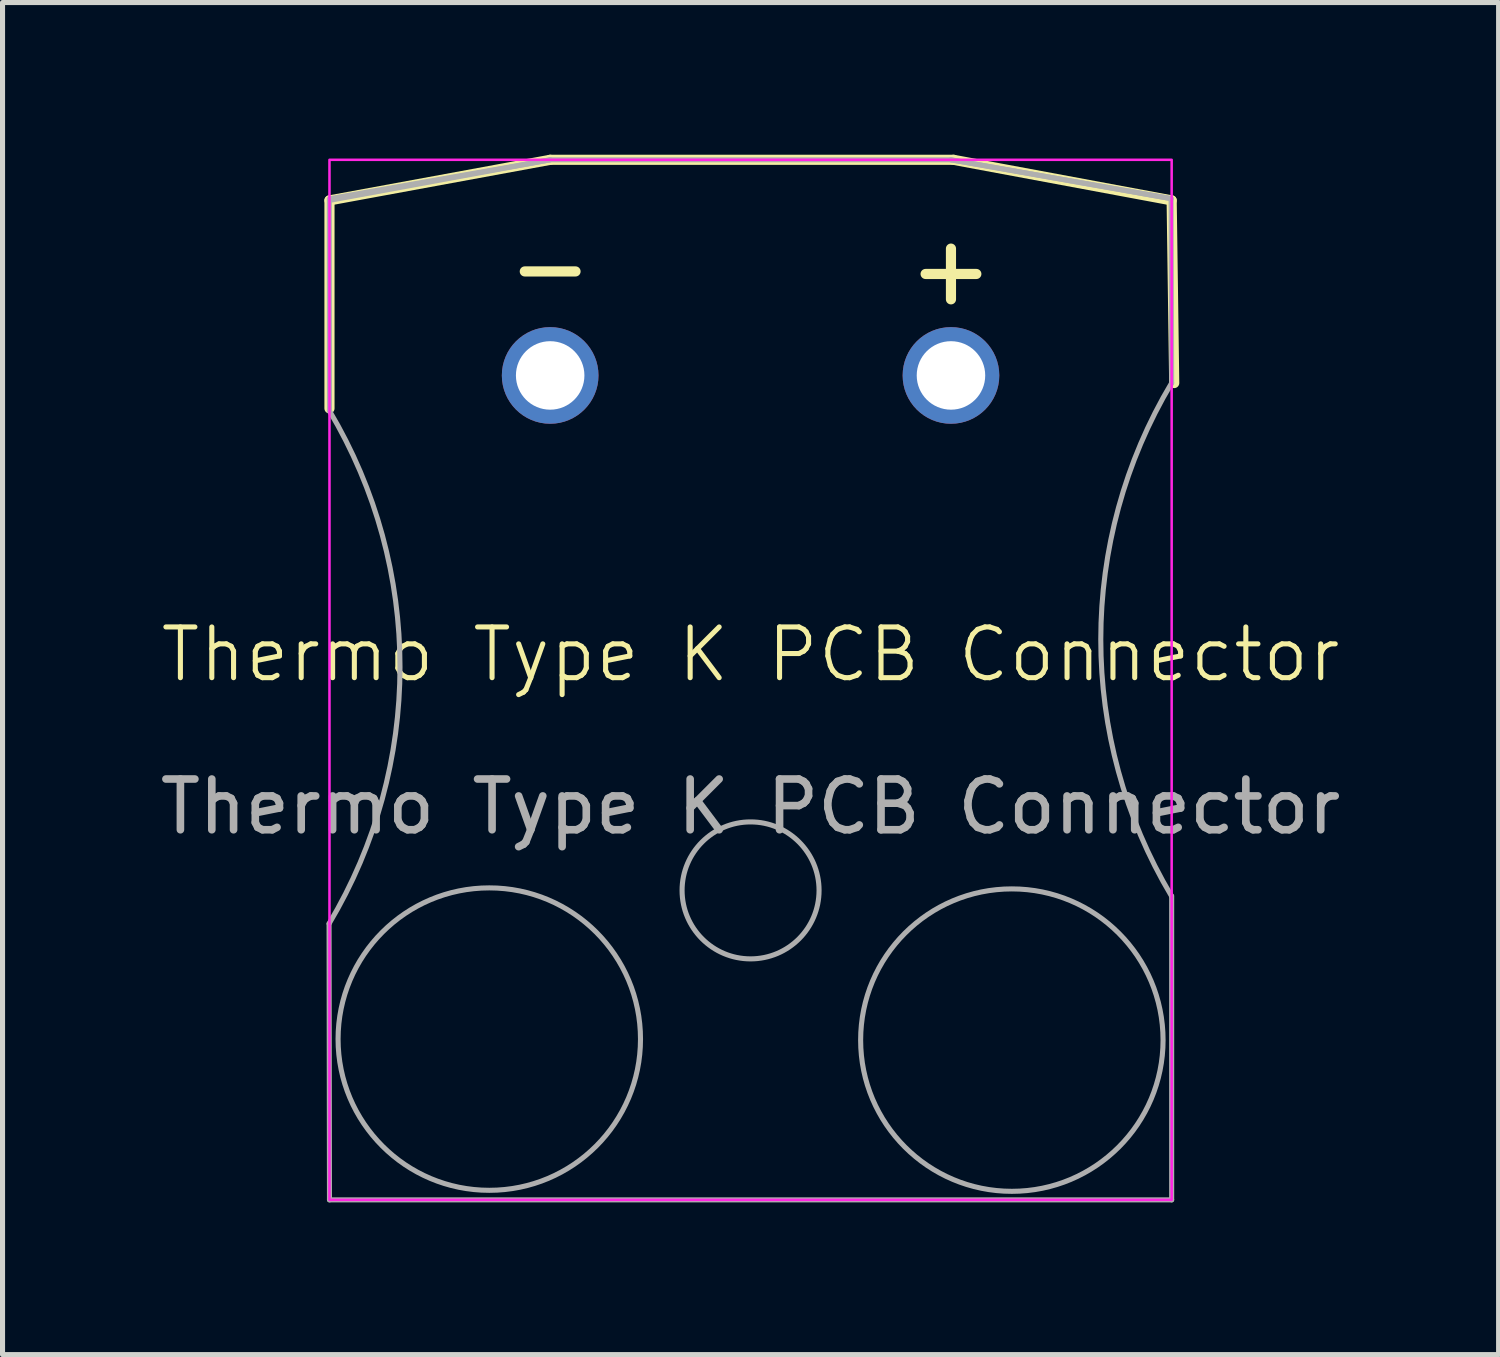
<source format=kicad_pcb>
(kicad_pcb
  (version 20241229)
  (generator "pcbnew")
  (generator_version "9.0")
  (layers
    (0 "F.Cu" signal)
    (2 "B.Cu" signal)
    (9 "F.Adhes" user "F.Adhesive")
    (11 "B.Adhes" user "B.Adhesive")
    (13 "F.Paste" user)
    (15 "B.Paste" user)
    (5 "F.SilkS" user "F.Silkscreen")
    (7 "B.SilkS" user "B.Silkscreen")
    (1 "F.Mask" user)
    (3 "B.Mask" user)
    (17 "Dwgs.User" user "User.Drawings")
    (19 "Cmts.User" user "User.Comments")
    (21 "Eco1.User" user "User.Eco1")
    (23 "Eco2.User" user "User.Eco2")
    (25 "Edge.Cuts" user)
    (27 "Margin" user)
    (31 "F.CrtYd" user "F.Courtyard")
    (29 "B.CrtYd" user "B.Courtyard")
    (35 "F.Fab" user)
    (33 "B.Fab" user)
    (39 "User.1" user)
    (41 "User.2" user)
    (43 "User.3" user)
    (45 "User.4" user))
  (footprint "Thermo Type K PCB Connector"
    (layer "F.Cu")
    (at 11.744 10.35)
    (property "Reference" "Thermo Type K PCB Connector" (at 0 -0.5 0) (unlocked yes) (layer "F.SilkS") (effects (font (size 1 1) (thickness 0.1))))
    (attr smd)
    (fp_line (start -8.3 -9.45) (end -8.3 -5.35) (stroke (width 0.2) (type solid)) (layer "F.SilkS"))
    (fp_line (start -8.3 -9.45) (end -3.95 -10.25) (stroke (width 0.2) (type solid)) (layer "F.SilkS"))
    (fp_line (start -3.45 -8.05) (end -4.45 -8.05) (stroke (width 0.2) (type solid)) (layer "F.SilkS"))
    (fp_line (start 3.95 -8.5) (end 3.95 -7.5) (stroke (width 0.2) (type solid)) (layer "F.SilkS"))
    (fp_line (start 3.95 -8) (end 4.45 -8) (stroke (width 0.1) (type default)) (layer "F.SilkS"))
    (fp_line (start 4 -10.25) (end -3.95 -10.25) (stroke (width 0.2) (type solid)) (layer "F.SilkS"))
    (fp_line (start 4 -10.25) (end 8.3 -9.45) (stroke (width 0.2) (type solid)) (layer "F.SilkS"))
    (fp_line (start 4.45 -8) (end 3.45 -8) (stroke (width 0.2) (type solid)) (layer "F.SilkS"))
    (fp_line (start 8.35 -5.85) (end 8.3 -9.45) (stroke (width 0.2) (type solid)) (layer "F.SilkS"))
    (fp_rect (start -8.3 -10.25) (end 8.3 10.25) (stroke (width 0.05) (type solid)) (fill no) (layer "F.CrtYd"))
    (fp_line (start -8.3 -9.45) (end -3.95 -10.25) (stroke (width 0.1) (type default)) (layer "F.Fab"))
    (fp_line (start -8.3 -5.301) (end -8.303 -9.482) (stroke (width 0.1) (type default)) (layer "F.Fab"))
    (fp_line (start -8.3 10.25) (end -8.308 4.806) (stroke (width 0.1) (type default)) (layer "F.Fab"))
    (fp_line (start -3.95 -10.25) (end -8.289 -9.485) (stroke (width 0.1) (type solid)) (layer "F.Fab"))
    (fp_line (start -3.95 -10.25) (end 3.95 -10.25) (stroke (width 0.1) (type default)) (layer "F.Fab"))
    (fp_line (start 3.95 -10.25) (end 8.289 -9.485) (stroke (width 0.1) (type default)) (layer "F.Fab"))
    (fp_line (start 8.289 -9.485) (end 3.95 -10.25) (stroke (width 0.1) (type solid)) (layer "F.Fab"))
    (fp_line (start 8.289 -9.485) (end 8.3 -5.845) (stroke (width 0.1) (type default)) (layer "F.Fab"))
    (fp_line (start 8.3 10.25) (end -8.3 10.25) (stroke (width 0.1) (type default)) (layer "F.Fab"))
    (fp_line (start 8.3 4.26) (end 8.3 10.25) (stroke (width 0.1) (type default)) (layer "F.Fab"))
    (fp_arc (start -8.303343 -5.306922) (mid -6.91 -0.25) (end -8.307747 4.805707) (stroke (width 0.1) (type default)) (layer "F.Fab"))
    (fp_arc (start 8.296738 4.261947) (mid 6.902858 -0.795788) (end 8.299978 -5.852629) (stroke (width 0.1) (type default)) (layer "F.Fab"))
    (fp_circle (center -5.15 7.081) (end -2.17 7.136) (stroke (width 0.1) (type solid)) (fill no) (layer "F.Fab"))
    (fp_circle (center 0 4.15) (end 1.35 4.15) (stroke (width 0.1) (type solid)) (fill no) (layer "F.Fab"))
    (fp_circle (center 5.15 7.101) (end 8.13 7.156) (stroke (width 0.1) (type solid)) (fill no) (layer "F.Fab"))
    (fp_text user "${REFERENCE}" (at 0 2.5 0) (unlocked yes) (layer "F.Fab") (effects (font (size 1 1) (thickness 0.15))))
    (pad "1" thru_hole circle (at 3.95 -6) (size 1.905 1.905) (drill 1.35) (layers "*.Cu" "*.Mask"))
    (pad "2" thru_hole circle (at -3.95 -6) (size 1.905 1.905) (drill 1.35) (layers "*.Cu" "*.Mask")))
  (gr_rect
    (start -3 -3)
    (end 26.488 23.65)
    (stroke (width 0.1) (type default))
    (fill no)
    (layer "Edge.Cuts")))
</source>
